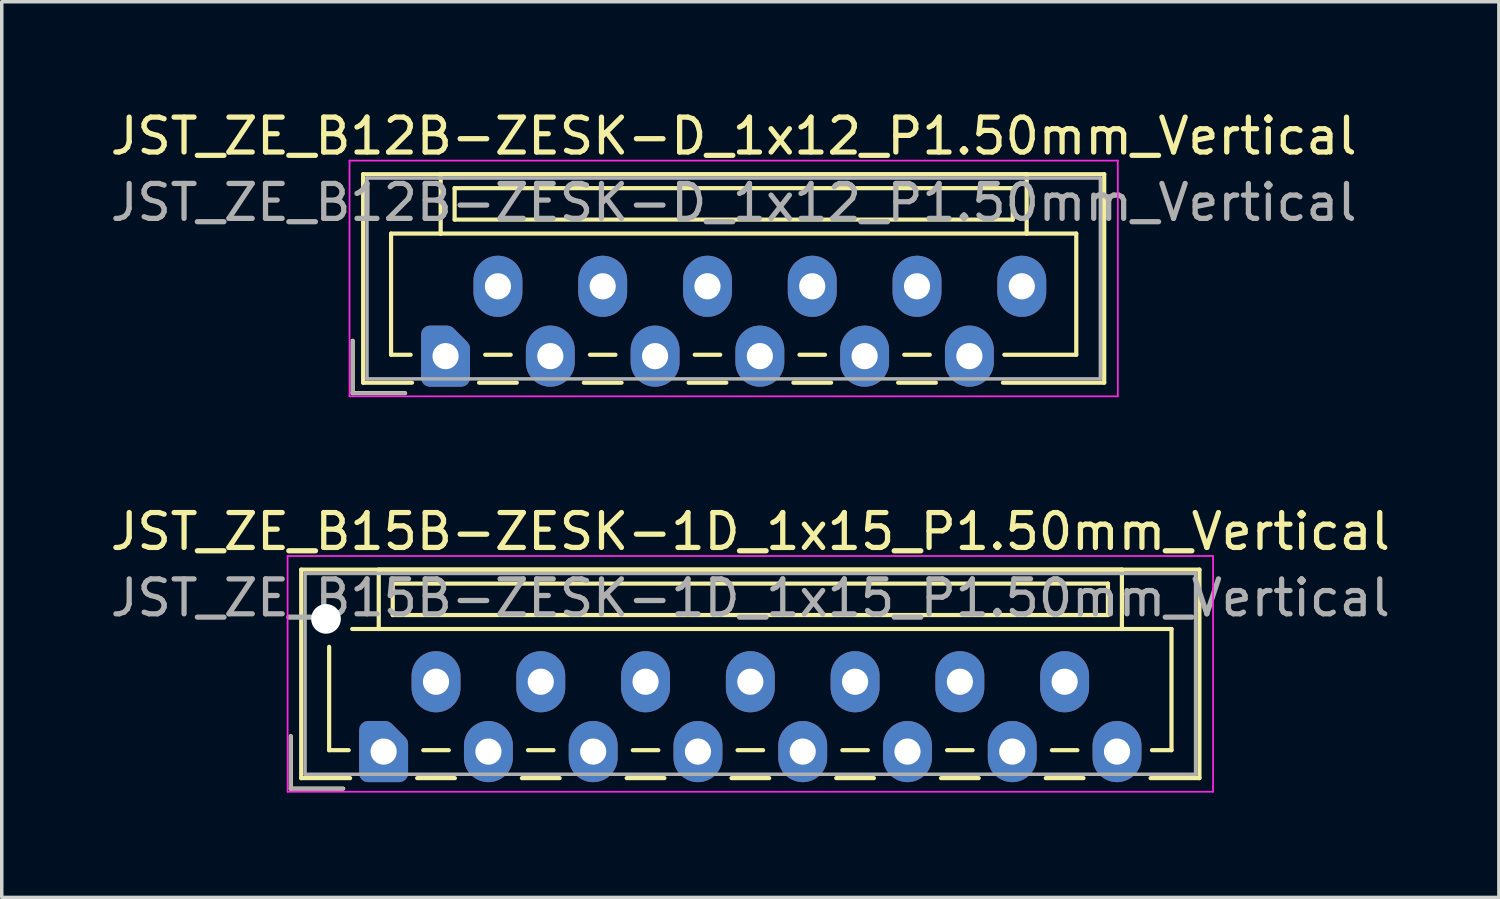
<source format=kicad_pcb>
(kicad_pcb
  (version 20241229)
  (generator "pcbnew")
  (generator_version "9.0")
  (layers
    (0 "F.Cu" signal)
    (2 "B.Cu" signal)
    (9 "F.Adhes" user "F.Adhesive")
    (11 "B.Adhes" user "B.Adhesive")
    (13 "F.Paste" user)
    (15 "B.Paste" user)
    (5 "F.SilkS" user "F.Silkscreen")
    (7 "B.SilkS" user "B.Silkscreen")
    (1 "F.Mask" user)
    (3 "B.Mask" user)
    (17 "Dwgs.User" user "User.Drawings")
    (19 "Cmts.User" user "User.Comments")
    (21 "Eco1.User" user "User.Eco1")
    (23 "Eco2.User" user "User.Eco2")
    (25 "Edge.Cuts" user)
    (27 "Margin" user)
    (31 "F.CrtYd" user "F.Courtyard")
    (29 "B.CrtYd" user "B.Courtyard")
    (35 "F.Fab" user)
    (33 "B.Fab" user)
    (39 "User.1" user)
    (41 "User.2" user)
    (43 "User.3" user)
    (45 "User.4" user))
  (footprint "JST_ZE_B15B-ZESK-1D_1x15_P1.50mm_Vertical"
    (layer "F.Cu")
    (at 7.935 18.471)
    (property "Reference" "JST_ZE_B15B-ZESK-1D_1x15_P1.50mm_Vertical" (at 10.5 -6.3 0) (layer "F.SilkS") (effects (font (size 1 1) (thickness 0.15))))
    (attr through_hole)
    (fp_line (start -2.66 -0.44) (end -2.66 1.06) (stroke (width 0.12) (type solid)) (layer "F.SilkS"))
    (fp_line (start -2.66 1.06) (end -1.16 1.06) (stroke (width 0.12) (type solid)) (layer "F.SilkS"))
    (fp_line (start -2.36 -5.21) (end 23.36 -5.21) (stroke (width 0.12) (type solid)) (layer "F.SilkS"))
    (fp_line (start -2.36 0.76) (end -2.36 -5.21) (stroke (width 0.12) (type solid)) (layer "F.SilkS"))
    (fp_line (start -1.56 -3) (end -1.56 -0.04) (stroke (width 0.12) (type solid)) (layer "F.SilkS"))
    (fp_line (start -1.56 -0.04) (end -1 -0.04) (stroke (width 0.12) (type solid)) (layer "F.SilkS"))
    (fp_line (start -0.96 0.76) (end -2.36 0.76) (stroke (width 0.12) (type solid)) (layer "F.SilkS"))
    (fp_line (start -0.14 -5.21) (end -0.14 -3.51) (stroke (width 0.12) (type solid)) (layer "F.SilkS"))
    (fp_line (start -0.14 -3.51) (end -0.9 -3.51) (stroke (width 0.12) (type solid)) (layer "F.SilkS"))
    (fp_line (start -0.14 -3.51) (end 21.14 -3.51) (stroke (width 0.12) (type solid)) (layer "F.SilkS"))
    (fp_line (start 0.26 -4.81) (end 0.26 -3.91) (stroke (width 0.12) (type solid)) (layer "F.SilkS"))
    (fp_line (start 0.26 -3.91) (end 20.74 -3.91) (stroke (width 0.12) (type solid)) (layer "F.SilkS"))
    (fp_line (start 0.96 0.76) (end 2.04 0.76) (stroke (width 0.12) (type solid)) (layer "F.SilkS"))
    (fp_line (start 1.135 -0.04) (end 1.865 -0.04) (stroke (width 0.12) (type solid)) (layer "F.SilkS"))
    (fp_line (start 3.96 0.76) (end 5.04 0.76) (stroke (width 0.12) (type solid)) (layer "F.SilkS"))
    (fp_line (start 4.135 -0.04) (end 4.865 -0.04) (stroke (width 0.12) (type solid)) (layer "F.SilkS"))
    (fp_line (start 6.96 0.76) (end 8.04 0.76) (stroke (width 0.12) (type solid)) (layer "F.SilkS"))
    (fp_line (start 7.135 -0.04) (end 7.865 -0.04) (stroke (width 0.12) (type solid)) (layer "F.SilkS"))
    (fp_line (start 9.96 0.76) (end 11.04 0.76) (stroke (width 0.12) (type solid)) (layer "F.SilkS"))
    (fp_line (start 10.135 -0.04) (end 10.865 -0.04) (stroke (width 0.12) (type solid)) (layer "F.SilkS"))
    (fp_line (start 12.96 0.76) (end 14.04 0.76) (stroke (width 0.12) (type solid)) (layer "F.SilkS"))
    (fp_line (start 13.135 -0.04) (end 13.865 -0.04) (stroke (width 0.12) (type solid)) (layer "F.SilkS"))
    (fp_line (start 15.96 0.76) (end 17.04 0.76) (stroke (width 0.12) (type solid)) (layer "F.SilkS"))
    (fp_line (start 16.135 -0.04) (end 16.865 -0.04) (stroke (width 0.12) (type solid)) (layer "F.SilkS"))
    (fp_line (start 18.96 0.76) (end 20.04 0.76) (stroke (width 0.12) (type solid)) (layer "F.SilkS"))
    (fp_line (start 19.135 -0.04) (end 19.865 -0.04) (stroke (width 0.12) (type solid)) (layer "F.SilkS"))
    (fp_line (start 20.74 -4.81) (end 0.26 -4.81) (stroke (width 0.12) (type solid)) (layer "F.SilkS"))
    (fp_line (start 20.74 -3.91) (end 20.74 -4.81) (stroke (width 0.12) (type solid)) (layer "F.SilkS"))
    (fp_line (start 21.14 -5.21) (end -0.14 -5.21) (stroke (width 0.12) (type solid)) (layer "F.SilkS"))
    (fp_line (start 21.14 -3.51) (end 21.14 -5.21) (stroke (width 0.12) (type solid)) (layer "F.SilkS"))
    (fp_line (start 21.14 -3.51) (end 22.56 -3.51) (stroke (width 0.12) (type solid)) (layer "F.SilkS"))
    (fp_line (start 22.56 -3.51) (end 22.56 -0.04) (stroke (width 0.12) (type solid)) (layer "F.SilkS"))
    (fp_line (start 22.56 -0.04) (end 22 -0.04) (stroke (width 0.12) (type solid)) (layer "F.SilkS"))
    (fp_line (start 23.36 -5.21) (end 23.36 0.76) (stroke (width 0.12) (type solid)) (layer "F.SilkS"))
    (fp_line (start 23.36 0.76) (end 21.96 0.76) (stroke (width 0.12) (type solid)) (layer "F.SilkS"))
    (fp_line (start -2.75 -5.6) (end -2.75 1.15) (stroke (width 0.05) (type solid)) (layer "F.CrtYd"))
    (fp_line (start -2.75 1.15) (end 23.75 1.15) (stroke (width 0.05) (type solid)) (layer "F.CrtYd"))
    (fp_line (start 23.75 -5.6) (end -2.75 -5.6) (stroke (width 0.05) (type solid)) (layer "F.CrtYd"))
    (fp_line (start 23.75 1.15) (end 23.75 -5.6) (stroke (width 0.05) (type solid)) (layer "F.CrtYd"))
    (fp_line (start -2.66 -0.44) (end -2.66 1.06) (stroke (width 0.1) (type solid)) (layer "F.Fab"))
    (fp_line (start -2.66 1.06) (end -1.16 1.06) (stroke (width 0.1) (type solid)) (layer "F.Fab"))
    (fp_line (start -2.25 -5.1) (end -2.25 0.65) (stroke (width 0.1) (type solid)) (layer "F.Fab"))
    (fp_line (start -2.25 0.65) (end 23.25 0.65) (stroke (width 0.1) (type solid)) (layer "F.Fab"))
    (fp_line (start 23.25 -5.1) (end -2.25 -5.1) (stroke (width 0.1) (type solid)) (layer "F.Fab"))
    (fp_line (start 23.25 0.65) (end 23.25 -5.1) (stroke (width 0.1) (type solid)) (layer "F.Fab"))
    (fp_text user "${REFERENCE}" (at 10.5 -4.4 0) (layer "F.Fab") (effects (font (size 1 1) (thickness 0.15))))
    (pad "" np_thru_hole circle (at -1.65 -3.8) (size 0.85 0.85) (drill 0.85) (layers "*.Cu" "*.Mask"))
    (pad "1" thru_hole custom (at 0 0) (size 1.117 1.117) (drill 0.75) (layers "*.Cu" "*.Mask") (options (anchor circle)) (primitives (gr_poly (pts (xy 0.45 -0.225) (xy 0.45 0.625) (xy -0.45 0.625) (xy -0.45 -0.625) (xy 0.05 -0.625)) (width 0.5) (fill yes))))
    (pad "2" thru_hole oval (at 1.5 -2) (size 1.4 1.75) (drill 0.75) (layers "*.Cu" "*.Mask"))
    (pad "3" thru_hole oval (at 3 0) (size 1.4 1.75) (drill 0.75) (layers "*.Cu" "*.Mask"))
    (pad "4" thru_hole oval (at 4.5 -2) (size 1.4 1.75) (drill 0.75) (layers "*.Cu" "*.Mask"))
    (pad "5" thru_hole oval (at 6 0) (size 1.4 1.75) (drill 0.75) (layers "*.Cu" "*.Mask"))
    (pad "6" thru_hole oval (at 7.5 -2) (size 1.4 1.75) (drill 0.75) (layers "*.Cu" "*.Mask"))
    (pad "7" thru_hole oval (at 9 0) (size 1.4 1.75) (drill 0.75) (layers "*.Cu" "*.Mask"))
    (pad "8" thru_hole oval (at 10.5 -2) (size 1.4 1.75) (drill 0.75) (layers "*.Cu" "*.Mask"))
    (pad "9" thru_hole oval (at 12 0) (size 1.4 1.75) (drill 0.75) (layers "*.Cu" "*.Mask"))
    (pad "10" thru_hole oval (at 13.5 -2) (size 1.4 1.75) (drill 0.75) (layers "*.Cu" "*.Mask"))
    (pad "11" thru_hole oval (at 15 0) (size 1.4 1.75) (drill 0.75) (layers "*.Cu" "*.Mask"))
    (pad "12" thru_hole oval (at 16.5 -2) (size 1.4 1.75) (drill 0.75) (layers "*.Cu" "*.Mask"))
    (pad "13" thru_hole oval (at 18 0) (size 1.4 1.75) (drill 0.75) (layers "*.Cu" "*.Mask"))
    (pad "14" thru_hole oval (at 19.5 -2) (size 1.4 1.75) (drill 0.75) (layers "*.Cu" "*.Mask"))
    (pad "15" thru_hole oval (at 21 0) (size 1.4 1.75) (drill 0.75) (layers "*.Cu" "*.Mask")))
  (footprint "JST_ZE_B12B-ZESK-D_1x12_P1.50mm_Vertical"
    (layer "F.Cu")
    (at 9.708 7.148)
    (property "Reference" "JST_ZE_B12B-ZESK-D_1x12_P1.50mm_Vertical" (at 8.25 -6.3 0) (layer "F.SilkS") (effects (font (size 1 1) (thickness 0.15))))
    (attr through_hole)
    (fp_line (start -2.66 -0.44) (end -2.66 1.06) (stroke (width 0.12) (type solid)) (layer "F.SilkS"))
    (fp_line (start -2.66 1.06) (end -1.16 1.06) (stroke (width 0.12) (type solid)) (layer "F.SilkS"))
    (fp_line (start -2.36 -5.21) (end 18.86 -5.21) (stroke (width 0.12) (type solid)) (layer "F.SilkS"))
    (fp_line (start -2.36 0.76) (end -2.36 -5.21) (stroke (width 0.12) (type solid)) (layer "F.SilkS"))
    (fp_line (start -1.56 -3.51) (end -1.56 -0.04) (stroke (width 0.12) (type solid)) (layer "F.SilkS"))
    (fp_line (start -1.56 -0.04) (end -1 -0.04) (stroke (width 0.12) (type solid)) (layer "F.SilkS"))
    (fp_line (start -0.96 0.76) (end -2.36 0.76) (stroke (width 0.12) (type solid)) (layer "F.SilkS"))
    (fp_line (start -0.14 -5.21) (end -0.14 -3.51) (stroke (width 0.12) (type solid)) (layer "F.SilkS"))
    (fp_line (start -0.14 -3.51) (end -1.56 -3.51) (stroke (width 0.12) (type solid)) (layer "F.SilkS"))
    (fp_line (start -0.14 -3.51) (end 16.64 -3.51) (stroke (width 0.12) (type solid)) (layer "F.SilkS"))
    (fp_line (start 0.26 -4.81) (end 0.26 -3.91) (stroke (width 0.12) (type solid)) (layer "F.SilkS"))
    (fp_line (start 0.26 -3.91) (end 16.24 -3.91) (stroke (width 0.12) (type solid)) (layer "F.SilkS"))
    (fp_line (start 0.96 0.76) (end 2.04 0.76) (stroke (width 0.12) (type solid)) (layer "F.SilkS"))
    (fp_line (start 1.135 -0.04) (end 1.865 -0.04) (stroke (width 0.12) (type solid)) (layer "F.SilkS"))
    (fp_line (start 3.96 0.76) (end 5.04 0.76) (stroke (width 0.12) (type solid)) (layer "F.SilkS"))
    (fp_line (start 4.135 -0.04) (end 4.865 -0.04) (stroke (width 0.12) (type solid)) (layer "F.SilkS"))
    (fp_line (start 6.96 0.76) (end 8.04 0.76) (stroke (width 0.12) (type solid)) (layer "F.SilkS"))
    (fp_line (start 7.135 -0.04) (end 7.865 -0.04) (stroke (width 0.12) (type solid)) (layer "F.SilkS"))
    (fp_line (start 9.96 0.76) (end 11.04 0.76) (stroke (width 0.12) (type solid)) (layer "F.SilkS"))
    (fp_line (start 10.135 -0.04) (end 10.865 -0.04) (stroke (width 0.12) (type solid)) (layer "F.SilkS"))
    (fp_line (start 12.96 0.76) (end 14.04 0.76) (stroke (width 0.12) (type solid)) (layer "F.SilkS"))
    (fp_line (start 13.135 -0.04) (end 13.865 -0.04) (stroke (width 0.12) (type solid)) (layer "F.SilkS"))
    (fp_line (start 16.24 -4.81) (end 0.26 -4.81) (stroke (width 0.12) (type solid)) (layer "F.SilkS"))
    (fp_line (start 16.24 -3.91) (end 16.24 -4.81) (stroke (width 0.12) (type solid)) (layer "F.SilkS"))
    (fp_line (start 16.64 -5.21) (end -0.14 -5.21) (stroke (width 0.12) (type solid)) (layer "F.SilkS"))
    (fp_line (start 16.64 -3.51) (end 16.64 -5.21) (stroke (width 0.12) (type solid)) (layer "F.SilkS"))
    (fp_line (start 16.64 -3.51) (end 18.06 -3.51) (stroke (width 0.12) (type solid)) (layer "F.SilkS"))
    (fp_line (start 18.06 -3.51) (end 18.06 -0.04) (stroke (width 0.12) (type solid)) (layer "F.SilkS"))
    (fp_line (start 18.06 -0.04) (end 16 -0.04) (stroke (width 0.12) (type solid)) (layer "F.SilkS"))
    (fp_line (start 18.86 -5.21) (end 18.86 0.76) (stroke (width 0.12) (type solid)) (layer "F.SilkS"))
    (fp_line (start 18.86 0.76) (end 15.96 0.76) (stroke (width 0.12) (type solid)) (layer "F.SilkS"))
    (fp_line (start -2.75 -5.6) (end -2.75 1.15) (stroke (width 0.05) (type solid)) (layer "F.CrtYd"))
    (fp_line (start -2.75 1.15) (end 19.25 1.15) (stroke (width 0.05) (type solid)) (layer "F.CrtYd"))
    (fp_line (start 19.25 -5.6) (end -2.75 -5.6) (stroke (width 0.05) (type solid)) (layer "F.CrtYd"))
    (fp_line (start 19.25 1.15) (end 19.25 -5.6) (stroke (width 0.05) (type solid)) (layer "F.CrtYd"))
    (fp_line (start -2.66 -0.44) (end -2.66 1.06) (stroke (width 0.1) (type solid)) (layer "F.Fab"))
    (fp_line (start -2.66 1.06) (end -1.16 1.06) (stroke (width 0.1) (type solid)) (layer "F.Fab"))
    (fp_line (start -2.25 -5.1) (end -2.25 0.65) (stroke (width 0.1) (type solid)) (layer "F.Fab"))
    (fp_line (start -2.25 0.65) (end 18.75 0.65) (stroke (width 0.1) (type solid)) (layer "F.Fab"))
    (fp_line (start 18.75 -5.1) (end -2.25 -5.1) (stroke (width 0.1) (type solid)) (layer "F.Fab"))
    (fp_line (start 18.75 0.65) (end 18.75 -5.1) (stroke (width 0.1) (type solid)) (layer "F.Fab"))
    (fp_text user "${REFERENCE}" (at 8.25 -4.4 0) (layer "F.Fab") (effects (font (size 1 1) (thickness 0.15))))
    (pad "1" thru_hole custom (at 0 0) (size 1.117 1.117) (drill 0.75) (layers "*.Cu" "*.Mask") (options (anchor circle)) (primitives (gr_poly (pts (xy 0.45 -0.225) (xy 0.45 0.625) (xy -0.45 0.625) (xy -0.45 -0.625) (xy 0.05 -0.625)) (width 0.5) (fill yes))))
    (pad "2" thru_hole oval (at 1.5 -2) (size 1.4 1.75) (drill 0.75) (layers "*.Cu" "*.Mask"))
    (pad "3" thru_hole oval (at 3 0) (size 1.4 1.75) (drill 0.75) (layers "*.Cu" "*.Mask"))
    (pad "4" thru_hole oval (at 4.5 -2) (size 1.4 1.75) (drill 0.75) (layers "*.Cu" "*.Mask"))
    (pad "5" thru_hole oval (at 6 0) (size 1.4 1.75) (drill 0.75) (layers "*.Cu" "*.Mask"))
    (pad "6" thru_hole oval (at 7.5 -2) (size 1.4 1.75) (drill 0.75) (layers "*.Cu" "*.Mask"))
    (pad "7" thru_hole oval (at 9 0) (size 1.4 1.75) (drill 0.75) (layers "*.Cu" "*.Mask"))
    (pad "8" thru_hole oval (at 10.5 -2) (size 1.4 1.75) (drill 0.75) (layers "*.Cu" "*.Mask"))
    (pad "9" thru_hole oval (at 12 0) (size 1.4 1.75) (drill 0.75) (layers "*.Cu" "*.Mask"))
    (pad "10" thru_hole oval (at 13.5 -2) (size 1.4 1.75) (drill 0.75) (layers "*.Cu" "*.Mask"))
    (pad "11" thru_hole oval (at 15 0) (size 1.4 1.75) (drill 0.75) (layers "*.Cu" "*.Mask"))
    (pad "12" thru_hole oval (at 16.5 -2) (size 1.4 1.75) (drill 0.75) (layers "*.Cu" "*.Mask")))
  (gr_rect
    (start -3 -3)
    (end 39.869 22.646)
    (stroke (width 0.1) (type default))
    (fill no)
    (layer "Edge.Cuts")))
</source>
